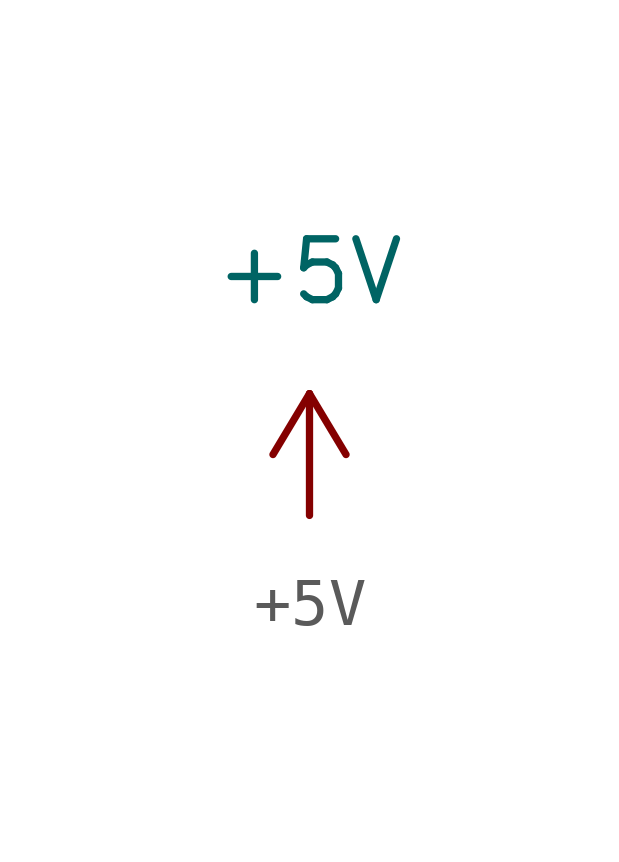
<source format=kicad_sym>
(kicad_symbol_lib
  (version 20220914)
  (generator kicad_symbol_editor)
  (symbol "+5V"
    (power)
    (pin_numbers hide)
    (pin_names
      (offset 0))
    (property "Reference" "#PWR"
      (at 1.27 0 90)
      (effects (font (size 1.27 1.27)) hide))
    (property "Value" "+5V"
      (at 0 5.08 0)
      (effects (font (size 1.27 1.27))))
    (symbol "+5V_1_1"
      (polyline (pts (xy -0.762 1.27) (xy 0 2.54)) (stroke (width 0) (type default)) (fill (type none)))
      (polyline (pts (xy 0 0) (xy 0 2.54)) (stroke (width 0) (type default)) (fill (type none)))
      (polyline (pts (xy 0 2.54) (xy 0.762 1.27)) (stroke (width 0) (type default)) (fill (type none)))
      (pin power_in line (at 0 0 90) (length 0) hide (name "+5V" (effects (font (size 1.27 1.27)))) (number "1" (effects (font (size 1.27 1.27))))))))
</source>
